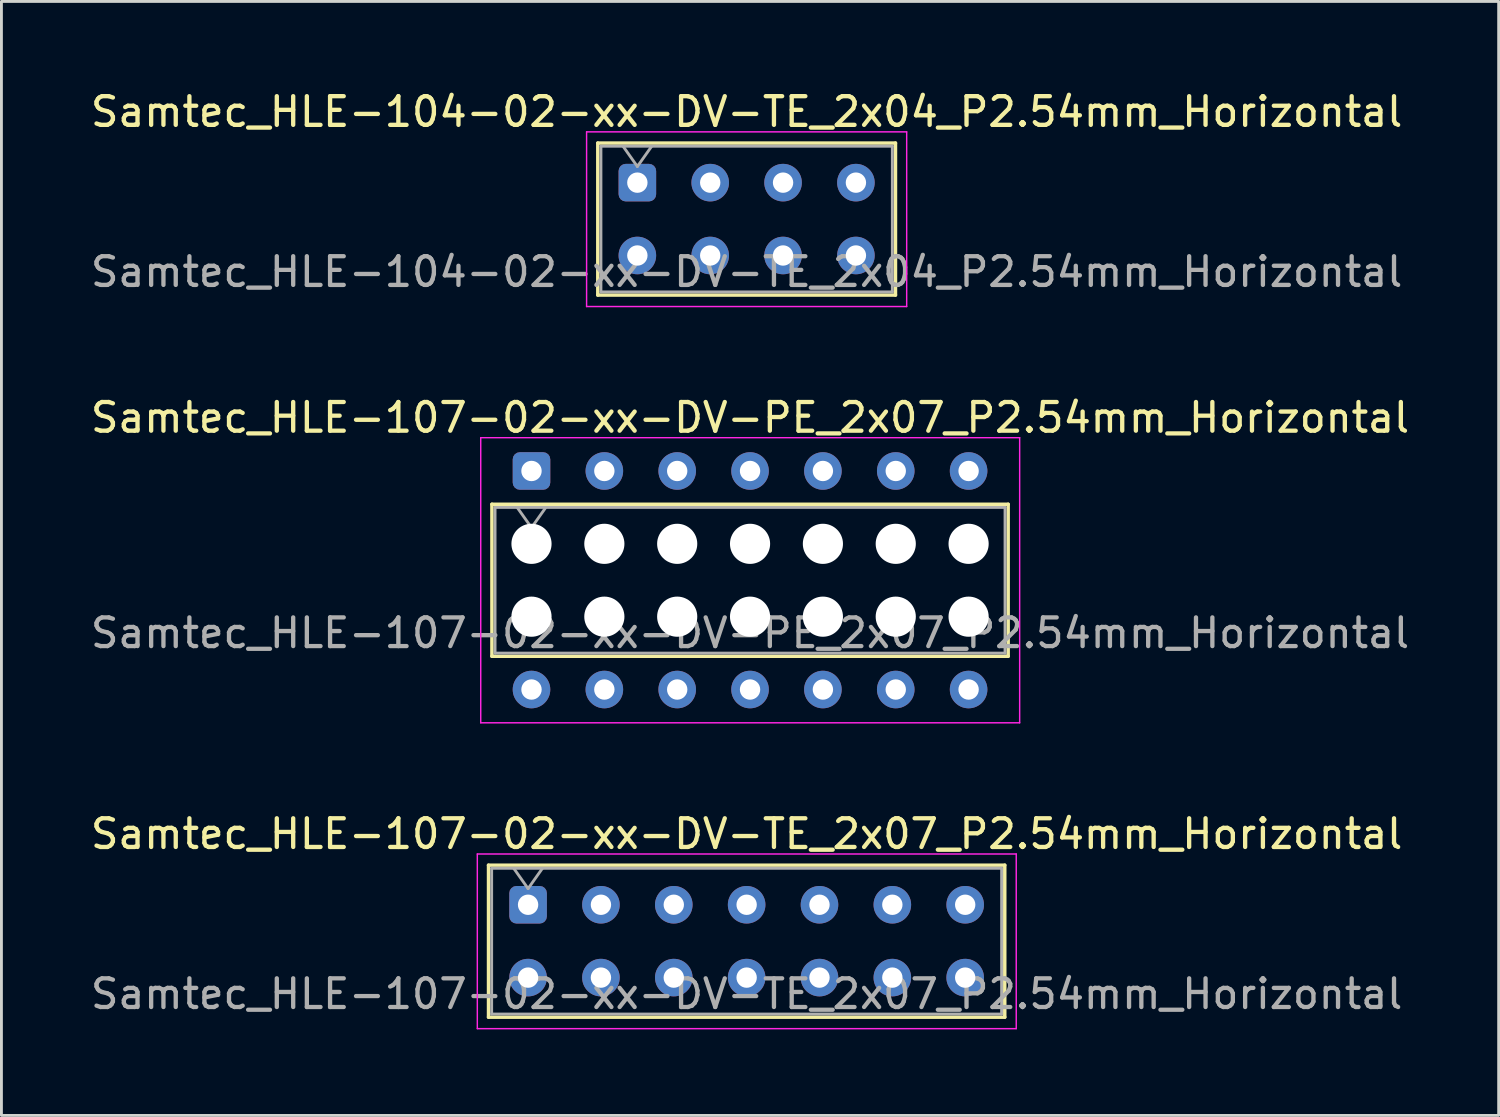
<source format=kicad_pcb>
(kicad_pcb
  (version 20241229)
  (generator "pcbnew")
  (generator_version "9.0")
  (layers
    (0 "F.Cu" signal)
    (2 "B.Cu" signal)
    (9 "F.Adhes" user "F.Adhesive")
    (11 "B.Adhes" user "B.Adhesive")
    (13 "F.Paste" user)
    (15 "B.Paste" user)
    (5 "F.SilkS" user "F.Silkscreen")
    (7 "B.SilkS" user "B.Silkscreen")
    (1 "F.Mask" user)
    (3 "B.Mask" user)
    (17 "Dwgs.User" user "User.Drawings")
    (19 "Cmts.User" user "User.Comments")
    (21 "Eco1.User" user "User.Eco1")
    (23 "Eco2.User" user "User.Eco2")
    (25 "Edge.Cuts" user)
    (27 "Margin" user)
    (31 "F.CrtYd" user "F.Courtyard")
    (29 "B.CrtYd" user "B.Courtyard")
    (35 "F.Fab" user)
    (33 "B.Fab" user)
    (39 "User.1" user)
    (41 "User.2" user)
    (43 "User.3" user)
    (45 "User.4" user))
  (footprint "Samtec_HLE-104-02-xx-DV-TE_2x04_P2.54mm_Horizontal"
    (layer "F.Cu")
    (at 19.172 3.318)
    (property "Reference" "Samtec_HLE-104-02-xx-DV-TE_2x04_P2.54mm_Horizontal" (at 3.81 -2.47 0) (layer "F.SilkS") (effects (font (size 1 1) (thickness 0.15))))
    (attr through_hole)
    (fp_line (start -1.38 -1.38) (end 9 -1.38) (stroke (width 0.12) (type solid)) (layer "F.SilkS"))
    (fp_line (start -1.38 3.92) (end -1.38 -1.38) (stroke (width 0.12) (type solid)) (layer "F.SilkS"))
    (fp_line (start 9 -1.38) (end 9 3.92) (stroke (width 0.12) (type solid)) (layer "F.SilkS"))
    (fp_line (start 9 3.92) (end -1.38 3.92) (stroke (width 0.12) (type solid)) (layer "F.SilkS"))
    (fp_line (start -1.77 -1.77) (end 9.39 -1.77) (stroke (width 0.05) (type solid)) (layer "F.CrtYd"))
    (fp_line (start -1.77 4.32) (end -1.77 -1.77) (stroke (width 0.05) (type solid)) (layer "F.CrtYd"))
    (fp_line (start 9.39 -1.77) (end 9.39 4.32) (stroke (width 0.05) (type solid)) (layer "F.CrtYd"))
    (fp_line (start 9.39 4.32) (end -1.77 4.32) (stroke (width 0.05) (type solid)) (layer "F.CrtYd"))
    (fp_line (start -1.27 -1.27) (end 8.89 -1.27) (stroke (width 0.1) (type solid)) (layer "F.Fab"))
    (fp_line (start -1.27 3.81) (end -1.27 -1.27) (stroke (width 0.1) (type solid)) (layer "F.Fab"))
    (fp_line (start -0.5 -1.27) (end 0 -0.563) (stroke (width 0.1) (type solid)) (layer "F.Fab"))
    (fp_line (start 0 -0.563) (end 0.5 -1.27) (stroke (width 0.1) (type solid)) (layer "F.Fab"))
    (fp_line (start 8.89 -1.27) (end 8.89 3.81) (stroke (width 0.1) (type solid)) (layer "F.Fab"))
    (fp_line (start 8.89 3.81) (end -1.27 3.81) (stroke (width 0.1) (type solid)) (layer "F.Fab"))
    (fp_text user "${REFERENCE}" (at 3.81 3.11 0) (layer "F.Fab") (effects (font (size 1 1) (thickness 0.15))))
    (pad "1" thru_hole roundrect (at 0 0) (size 1.31 1.31) (drill 0.71) (layers "*.Cu" "*.Mask") (roundrect_rratio 0.191))
    (pad "2" thru_hole circle (at 0 2.54) (size 1.31 1.31) (drill 0.71) (layers "*.Cu" "*.Mask"))
    (pad "3" thru_hole circle (at 2.54 0) (size 1.31 1.31) (drill 0.71) (layers "*.Cu" "*.Mask"))
    (pad "4" thru_hole circle (at 2.54 2.54) (size 1.31 1.31) (drill 0.71) (layers "*.Cu" "*.Mask"))
    (pad "5" thru_hole circle (at 5.08 0) (size 1.31 1.31) (drill 0.71) (layers "*.Cu" "*.Mask"))
    (pad "6" thru_hole circle (at 5.08 2.54) (size 1.31 1.31) (drill 0.71) (layers "*.Cu" "*.Mask"))
    (pad "7" thru_hole circle (at 7.62 0) (size 1.31 1.31) (drill 0.71) (layers "*.Cu" "*.Mask"))
    (pad "8" thru_hole circle (at 7.62 2.54) (size 1.31 1.31) (drill 0.71) (layers "*.Cu" "*.Mask")))
  (footprint "Samtec_HLE-107-02-xx-DV-TE_2x07_P2.54mm_Horizontal"
    (layer "F.Cu")
    (at 15.362 28.495)
    (property "Reference" "Samtec_HLE-107-02-xx-DV-TE_2x07_P2.54mm_Horizontal" (at 7.62 -2.47 0) (layer "F.SilkS") (effects (font (size 1 1) (thickness 0.15))))
    (attr through_hole)
    (fp_line (start -1.38 -1.38) (end 16.62 -1.38) (stroke (width 0.12) (type solid)) (layer "F.SilkS"))
    (fp_line (start -1.38 3.92) (end -1.38 -1.38) (stroke (width 0.12) (type solid)) (layer "F.SilkS"))
    (fp_line (start 16.62 -1.38) (end 16.62 3.92) (stroke (width 0.12) (type solid)) (layer "F.SilkS"))
    (fp_line (start 16.62 3.92) (end -1.38 3.92) (stroke (width 0.12) (type solid)) (layer "F.SilkS"))
    (fp_line (start -1.77 -1.77) (end 17.02 -1.77) (stroke (width 0.05) (type solid)) (layer "F.CrtYd"))
    (fp_line (start -1.77 4.32) (end -1.77 -1.77) (stroke (width 0.05) (type solid)) (layer "F.CrtYd"))
    (fp_line (start 17.02 -1.77) (end 17.02 4.32) (stroke (width 0.05) (type solid)) (layer "F.CrtYd"))
    (fp_line (start 17.02 4.32) (end -1.77 4.32) (stroke (width 0.05) (type solid)) (layer "F.CrtYd"))
    (fp_line (start -1.27 -1.27) (end 16.51 -1.27) (stroke (width 0.1) (type solid)) (layer "F.Fab"))
    (fp_line (start -1.27 3.81) (end -1.27 -1.27) (stroke (width 0.1) (type solid)) (layer "F.Fab"))
    (fp_line (start -0.5 -1.27) (end 0 -0.563) (stroke (width 0.1) (type solid)) (layer "F.Fab"))
    (fp_line (start 0 -0.563) (end 0.5 -1.27) (stroke (width 0.1) (type solid)) (layer "F.Fab"))
    (fp_line (start 16.51 -1.27) (end 16.51 3.81) (stroke (width 0.1) (type solid)) (layer "F.Fab"))
    (fp_line (start 16.51 3.81) (end -1.27 3.81) (stroke (width 0.1) (type solid)) (layer "F.Fab"))
    (fp_text user "${REFERENCE}" (at 7.62 3.11 0) (layer "F.Fab") (effects (font (size 1 1) (thickness 0.15))))
    (pad "1" thru_hole roundrect (at 0 0) (size 1.31 1.31) (drill 0.71) (layers "*.Cu" "*.Mask") (roundrect_rratio 0.191))
    (pad "2" thru_hole circle (at 0 2.54) (size 1.31 1.31) (drill 0.71) (layers "*.Cu" "*.Mask"))
    (pad "3" thru_hole circle (at 2.54 0) (size 1.31 1.31) (drill 0.71) (layers "*.Cu" "*.Mask"))
    (pad "4" thru_hole circle (at 2.54 2.54) (size 1.31 1.31) (drill 0.71) (layers "*.Cu" "*.Mask"))
    (pad "5" thru_hole circle (at 5.08 0) (size 1.31 1.31) (drill 0.71) (layers "*.Cu" "*.Mask"))
    (pad "6" thru_hole circle (at 5.08 2.54) (size 1.31 1.31) (drill 0.71) (layers "*.Cu" "*.Mask"))
    (pad "7" thru_hole circle (at 7.62 0) (size 1.31 1.31) (drill 0.71) (layers "*.Cu" "*.Mask"))
    (pad "8" thru_hole circle (at 7.62 2.54) (size 1.31 1.31) (drill 0.71) (layers "*.Cu" "*.Mask"))
    (pad "9" thru_hole circle (at 10.16 0) (size 1.31 1.31) (drill 0.71) (layers "*.Cu" "*.Mask"))
    (pad "10" thru_hole circle (at 10.16 2.54) (size 1.31 1.31) (drill 0.71) (layers "*.Cu" "*.Mask"))
    (pad "11" thru_hole circle (at 12.7 0) (size 1.31 1.31) (drill 0.71) (layers "*.Cu" "*.Mask"))
    (pad "12" thru_hole circle (at 12.7 2.54) (size 1.31 1.31) (drill 0.71) (layers "*.Cu" "*.Mask"))
    (pad "13" thru_hole circle (at 15.24 0) (size 1.31 1.31) (drill 0.71) (layers "*.Cu" "*.Mask"))
    (pad "14" thru_hole circle (at 15.24 2.54) (size 1.31 1.31) (drill 0.71) (layers "*.Cu" "*.Mask")))
  (footprint "Samtec_HLE-107-02-xx-DV-PE_2x07_P2.54mm_Horizontal"
    (layer "F.Cu")
    (at 15.481 13.371)
    (property "Reference" "Samtec_HLE-107-02-xx-DV-PE_2x07_P2.54mm_Horizontal" (at 7.62 -1.86 0) (layer "F.SilkS") (effects (font (size 1 1) (thickness 0.15))))
    (attr through_hole)
    (fp_line (start -1.38 1.16) (end 16.62 1.16) (stroke (width 0.12) (type solid)) (layer "F.SilkS"))
    (fp_line (start -1.38 6.46) (end -1.38 1.16) (stroke (width 0.12) (type solid)) (layer "F.SilkS"))
    (fp_line (start 16.62 1.16) (end 16.62 6.46) (stroke (width 0.12) (type solid)) (layer "F.SilkS"))
    (fp_line (start 16.62 6.46) (end -1.38 6.46) (stroke (width 0.12) (type solid)) (layer "F.SilkS"))
    (fp_line (start -1.77 -1.16) (end 17.02 -1.16) (stroke (width 0.05) (type solid)) (layer "F.CrtYd"))
    (fp_line (start -1.77 8.78) (end -1.77 -1.16) (stroke (width 0.05) (type solid)) (layer "F.CrtYd"))
    (fp_line (start 17.02 -1.16) (end 17.02 8.78) (stroke (width 0.05) (type solid)) (layer "F.CrtYd"))
    (fp_line (start 17.02 8.78) (end -1.77 8.78) (stroke (width 0.05) (type solid)) (layer "F.CrtYd"))
    (fp_line (start -1.27 1.27) (end 16.51 1.27) (stroke (width 0.1) (type solid)) (layer "F.Fab"))
    (fp_line (start -1.27 6.35) (end -1.27 1.27) (stroke (width 0.1) (type solid)) (layer "F.Fab"))
    (fp_line (start -0.5 1.27) (end 0 1.977) (stroke (width 0.1) (type solid)) (layer "F.Fab"))
    (fp_line (start 0 1.977) (end 0.5 1.27) (stroke (width 0.1) (type solid)) (layer "F.Fab"))
    (fp_line (start 16.51 1.27) (end 16.51 6.35) (stroke (width 0.1) (type solid)) (layer "F.Fab"))
    (fp_line (start 16.51 6.35) (end -1.27 6.35) (stroke (width 0.1) (type solid)) (layer "F.Fab"))
    (fp_text user "${REFERENCE}" (at 7.62 5.65 0) (layer "F.Fab") (effects (font (size 1 1) (thickness 0.15))))
    (pad "" np_thru_hole circle (at 0 2.54) (size 1.4 1.4) (drill 1.4) (layers "*.Cu" "*.Mask"))
    (pad "" np_thru_hole circle (at 0 5.08) (size 1.4 1.4) (drill 1.4) (layers "*.Cu" "*.Mask"))
    (pad "" np_thru_hole circle (at 2.54 2.54) (size 1.4 1.4) (drill 1.4) (layers "*.Cu" "*.Mask"))
    (pad "" np_thru_hole circle (at 2.54 5.08) (size 1.4 1.4) (drill 1.4) (layers "*.Cu" "*.Mask"))
    (pad "" np_thru_hole circle (at 5.08 2.54) (size 1.4 1.4) (drill 1.4) (layers "*.Cu" "*.Mask"))
    (pad "" np_thru_hole circle (at 5.08 5.08) (size 1.4 1.4) (drill 1.4) (layers "*.Cu" "*.Mask"))
    (pad "" np_thru_hole circle (at 7.62 2.54) (size 1.4 1.4) (drill 1.4) (layers "*.Cu" "*.Mask"))
    (pad "" np_thru_hole circle (at 7.62 5.08) (size 1.4 1.4) (drill 1.4) (layers "*.Cu" "*.Mask"))
    (pad "" np_thru_hole circle (at 10.16 2.54) (size 1.4 1.4) (drill 1.4) (layers "*.Cu" "*.Mask"))
    (pad "" np_thru_hole circle (at 10.16 5.08) (size 1.4 1.4) (drill 1.4) (layers "*.Cu" "*.Mask"))
    (pad "" np_thru_hole circle (at 12.7 2.54) (size 1.4 1.4) (drill 1.4) (layers "*.Cu" "*.Mask"))
    (pad "" np_thru_hole circle (at 12.7 5.08) (size 1.4 1.4) (drill 1.4) (layers "*.Cu" "*.Mask"))
    (pad "" np_thru_hole circle (at 15.24 2.54) (size 1.4 1.4) (drill 1.4) (layers "*.Cu" "*.Mask"))
    (pad "" np_thru_hole circle (at 15.24 5.08) (size 1.4 1.4) (drill 1.4) (layers "*.Cu" "*.Mask"))
    (pad "1" thru_hole roundrect (at 0 0) (size 1.31 1.31) (drill 0.71) (layers "*.Cu" "*.Mask") (roundrect_rratio 0.191))
    (pad "2" thru_hole circle (at 0 7.62) (size 1.31 1.31) (drill 0.71) (layers "*.Cu" "*.Mask"))
    (pad "3" thru_hole circle (at 2.54 0) (size 1.31 1.31) (drill 0.71) (layers "*.Cu" "*.Mask"))
    (pad "4" thru_hole circle (at 2.54 7.62) (size 1.31 1.31) (drill 0.71) (layers "*.Cu" "*.Mask"))
    (pad "5" thru_hole circle (at 5.08 0) (size 1.31 1.31) (drill 0.71) (layers "*.Cu" "*.Mask"))
    (pad "6" thru_hole circle (at 5.08 7.62) (size 1.31 1.31) (drill 0.71) (layers "*.Cu" "*.Mask"))
    (pad "7" thru_hole circle (at 7.62 0) (size 1.31 1.31) (drill 0.71) (layers "*.Cu" "*.Mask"))
    (pad "8" thru_hole circle (at 7.62 7.62) (size 1.31 1.31) (drill 0.71) (layers "*.Cu" "*.Mask"))
    (pad "9" thru_hole circle (at 10.16 0) (size 1.31 1.31) (drill 0.71) (layers "*.Cu" "*.Mask"))
    (pad "10" thru_hole circle (at 10.16 7.62) (size 1.31 1.31) (drill 0.71) (layers "*.Cu" "*.Mask"))
    (pad "11" thru_hole circle (at 12.7 0) (size 1.31 1.31) (drill 0.71) (layers "*.Cu" "*.Mask"))
    (pad "12" thru_hole circle (at 12.7 7.62) (size 1.31 1.31) (drill 0.71) (layers "*.Cu" "*.Mask"))
    (pad "13" thru_hole circle (at 15.24 0) (size 1.31 1.31) (drill 0.71) (layers "*.Cu" "*.Mask"))
    (pad "14" thru_hole circle (at 15.24 7.62) (size 1.31 1.31) (drill 0.71) (layers "*.Cu" "*.Mask")))
  (gr_rect
    (start -3 -3)
    (end 49.202 35.84)
    (stroke (width 0.1) (type default))
    (fill no)
    (layer "Edge.Cuts")))
</source>
